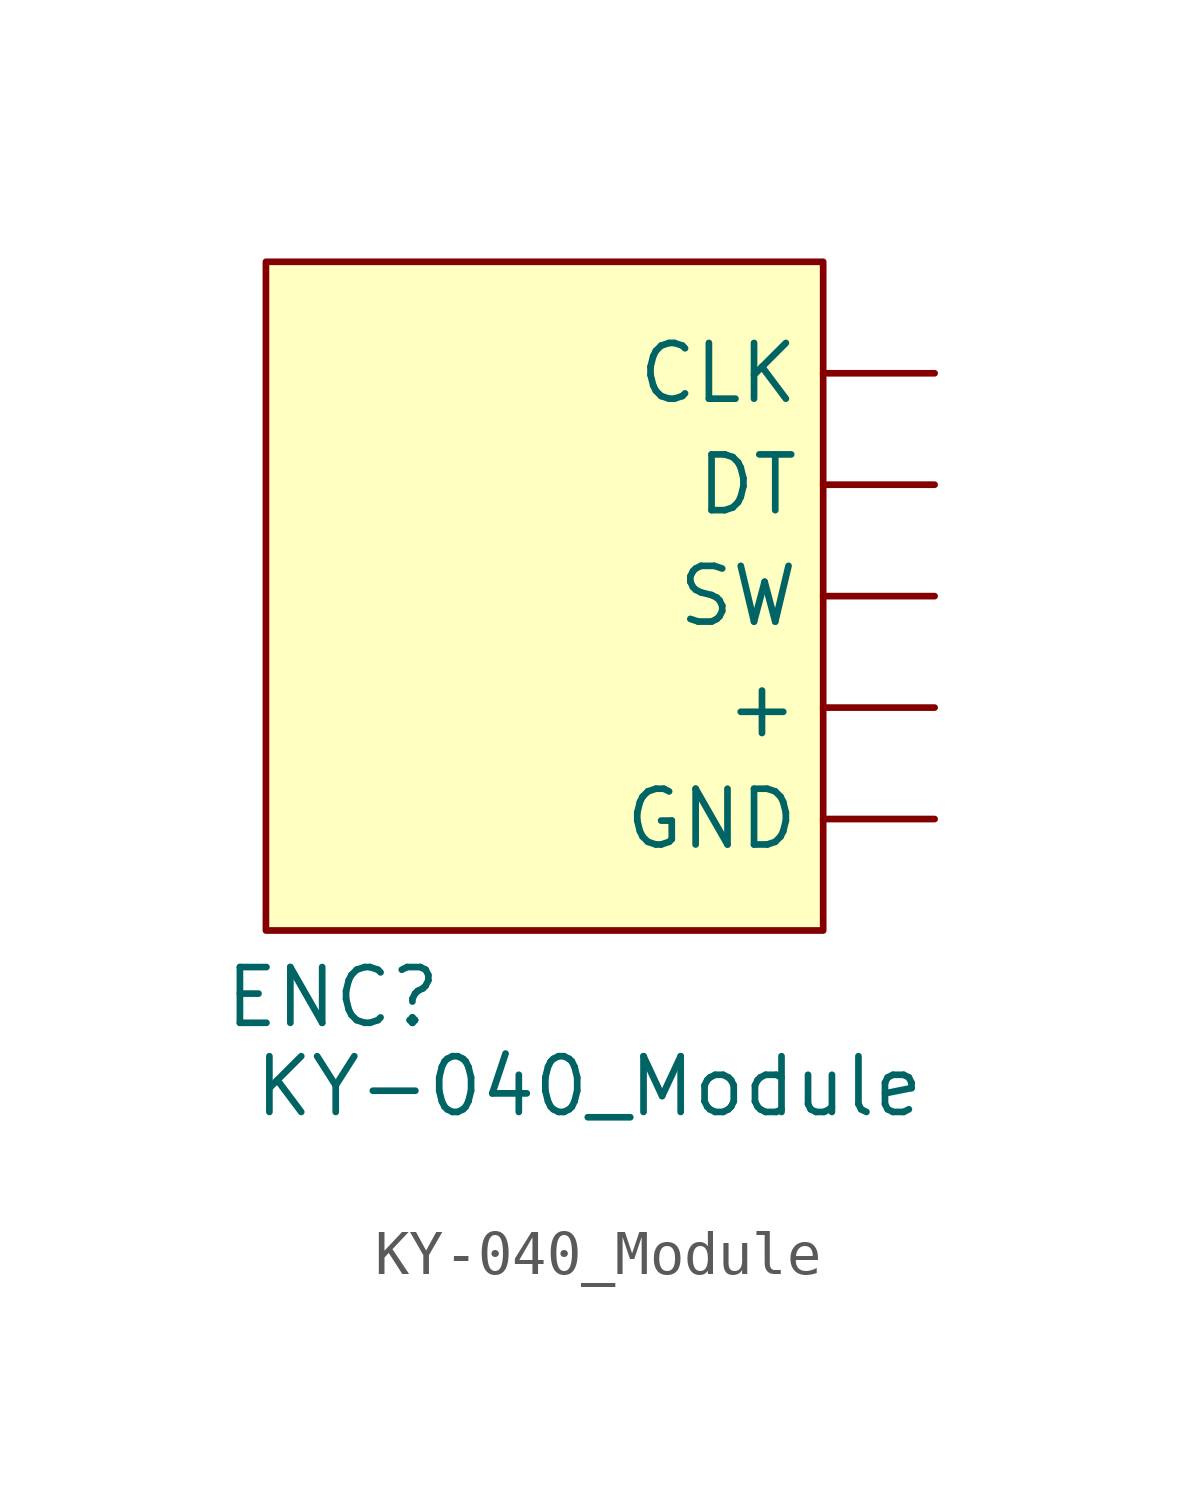
<source format=kicad_sym>
(kicad_symbol_lib
  (version 20241209)
  (generator "kicad_symbol_editor")
  (generator_version "9.0")
  (symbol "KY-040_Module"
    (property "Reference" "ENC"
      (at 1.524 -0.254 0)
      (effects (font (size 1.27 1.27))))
    (property "Value" "KY-040_Module"
      (at 7.366 -2.286 0)
      (effects (font (size 1.27 1.27))))
    (symbol "KY-040_Module_1_1"
      (rectangle (start 0 16.51) (end 12.7 1.27) (stroke (width 0) (type solid)) (fill (type background)))
      (pin output line (at 15.24 13.97 180) (length 2.54) (name "CLK" (effects (font (size 1.27 1.27)))) (number "" (effects (font (size 1.27 1.27)))))
      (pin output line (at 15.24 11.43 180) (length 2.54) (name "DT" (effects (font (size 1.27 1.27)))) (number "" (effects (font (size 1.27 1.27)))))
      (pin output line (at 15.24 8.89 180) (length 2.54) (name "SW" (effects (font (size 1.27 1.27)))) (number "" (effects (font (size 1.27 1.27)))))
      (pin power_in line (at 15.24 6.35 180) (length 2.54) (name "+" (effects (font (size 1.27 1.27)))) (number "" (effects (font (size 1.27 1.27)))))
      (pin power_in line (at 15.24 3.81 180) (length 2.54) (name "GND" (effects (font (size 1.27 1.27)))) (number "" (effects (font (size 1.27 1.27))))))))
</source>
